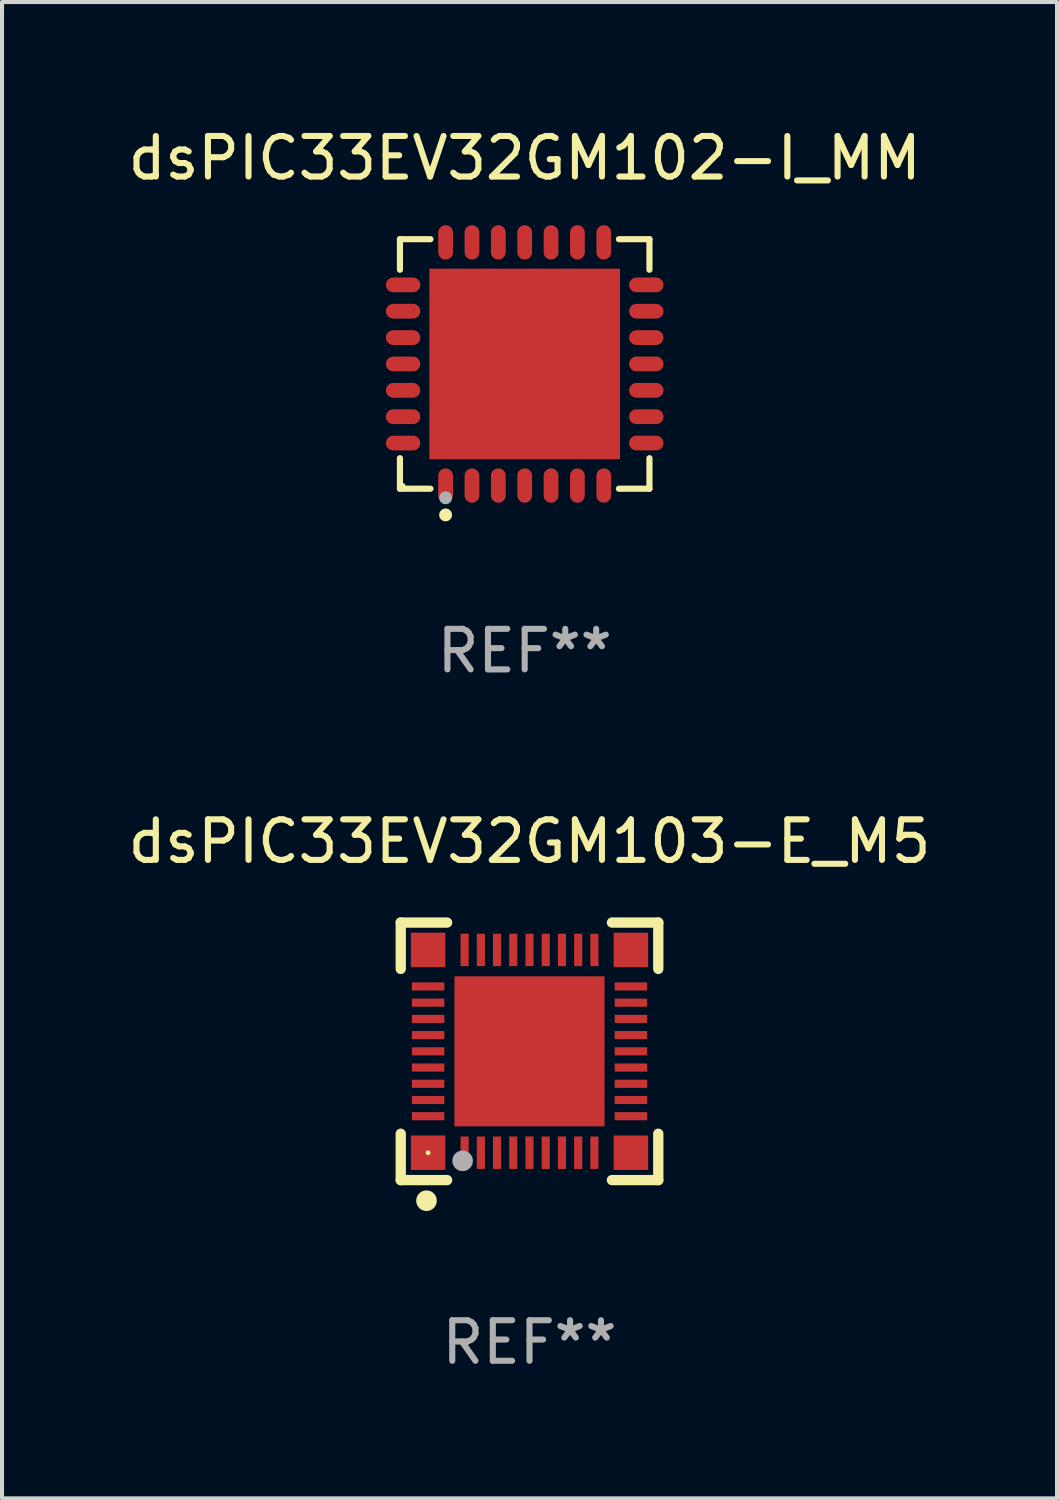
<source format=kicad_pcb>
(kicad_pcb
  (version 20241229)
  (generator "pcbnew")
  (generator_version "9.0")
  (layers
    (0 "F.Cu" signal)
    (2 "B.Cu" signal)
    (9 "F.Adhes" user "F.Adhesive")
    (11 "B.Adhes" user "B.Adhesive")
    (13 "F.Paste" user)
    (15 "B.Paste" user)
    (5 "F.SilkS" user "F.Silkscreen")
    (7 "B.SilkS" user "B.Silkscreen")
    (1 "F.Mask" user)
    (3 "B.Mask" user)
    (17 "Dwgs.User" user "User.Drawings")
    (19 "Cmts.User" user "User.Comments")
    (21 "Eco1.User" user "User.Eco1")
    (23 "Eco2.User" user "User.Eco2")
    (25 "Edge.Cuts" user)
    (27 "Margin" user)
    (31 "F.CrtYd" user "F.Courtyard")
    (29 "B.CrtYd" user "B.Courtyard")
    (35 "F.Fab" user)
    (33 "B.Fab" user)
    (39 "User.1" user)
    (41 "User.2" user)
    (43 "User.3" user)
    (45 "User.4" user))
  (footprint "dsPIC33EV32GM103-E_M5"
    (layer "F.Cu")
    (at 10.006 22.872)
    (property "Reference" "dsPIC33EV32GM103-E_M5" (at 0 -5.175 0) (layer "F.SilkS") (effects (font (size 1 1) (thickness 0.15))))
    (attr through_hole)
    (fp_line (start -3.175 -3.175) (end -2.032 -3.175) (stroke (width 0.254) (type solid)) (layer "F.SilkS"))
    (fp_line (start -3.175 -2.032) (end -3.175 -3.175) (stroke (width 0.254) (type solid)) (layer "F.SilkS"))
    (fp_line (start -3.175 3.175) (end -3.175 2.032) (stroke (width 0.254) (type solid)) (layer "F.SilkS"))
    (fp_line (start -2.032 3.175) (end -3.175 3.175) (stroke (width 0.254) (type solid)) (layer "F.SilkS"))
    (fp_line (start 2.032 -3.175) (end 3.175 -3.175) (stroke (width 0.254) (type solid)) (layer "F.SilkS"))
    (fp_line (start 3.175 -3.175) (end 3.175 -2.032) (stroke (width 0.254) (type solid)) (layer "F.SilkS"))
    (fp_line (start 3.175 2.032) (end 3.175 3.175) (stroke (width 0.254) (type solid)) (layer "F.SilkS"))
    (fp_line (start 3.175 3.175) (end 2.032 3.175) (stroke (width 0.254) (type solid)) (layer "F.SilkS"))
    (fp_circle (center -2.54 3.683) (end -2.413 3.683) (stroke (width 0.254) (type solid)) (fill no) (layer "F.SilkS"))
    (fp_circle (center -2.5 2.5) (end -2.47 2.5) (stroke (width 0.06) (type solid)) (fill no) (layer "F.SilkS"))
    (fp_circle (center -1.65 2.7) (end -1.523 2.7) (stroke (width 0.254) (type solid)) (fill no) (layer "F.Fab"))
    (fp_text user "REF**" (at 0 7.175 0) (layer "F.Fab") (effects (font (size 1 1) (thickness 0.15))))
    (pad "1" smd rect (at -1.6 2.5) (size 0.2 0.8) (layers "F.Cu" "F.Mask" "F.Paste"))
    (pad "2" smd rect (at -1.2 2.5) (size 0.2 0.8) (layers "F.Cu" "F.Mask" "F.Paste"))
    (pad "3" smd rect (at -0.8 2.5) (size 0.2 0.8) (layers "F.Cu" "F.Mask" "F.Paste"))
    (pad "4" smd rect (at -0.4 2.5) (size 0.2 0.8) (layers "F.Cu" "F.Mask" "F.Paste"))
    (pad "5" smd rect (at -0.000051 2.5) (size 0.2 0.8) (layers "F.Cu" "F.Mask" "F.Paste"))
    (pad "6" smd rect (at 0.4 2.5) (size 0.2 0.8) (layers "F.Cu" "F.Mask" "F.Paste"))
    (pad "7" smd rect (at 0.8 2.5) (size 0.2 0.8) (layers "F.Cu" "F.Mask" "F.Paste"))
    (pad "8" smd rect (at 1.2 2.5) (size 0.2 0.8) (layers "F.Cu" "F.Mask" "F.Paste"))
    (pad "9" smd rect (at 1.6 2.5) (size 0.2 0.8) (layers "F.Cu" "F.Mask" "F.Paste"))
    (pad "10" smd rect (at 2.5 1.6 90) (size 0.2 0.8) (layers "F.Cu" "F.Mask" "F.Paste"))
    (pad "11" smd rect (at 2.5 1.2 90) (size 0.2 0.8) (layers "F.Cu" "F.Mask" "F.Paste"))
    (pad "12" smd rect (at 2.5 0.8 90) (size 0.2 0.8) (layers "F.Cu" "F.Mask" "F.Paste"))
    (pad "13" smd rect (at 2.5 0.4 90) (size 0.2 0.8) (layers "F.Cu" "F.Mask" "F.Paste"))
    (pad "14" smd rect (at 2.5 -0.000051 90) (size 0.2 0.8) (layers "F.Cu" "F.Mask" "F.Paste"))
    (pad "15" smd rect (at 2.5 -0.4 90) (size 0.2 0.8) (layers "F.Cu" "F.Mask" "F.Paste"))
    (pad "16" smd rect (at 2.5 -0.8 90) (size 0.2 0.8) (layers "F.Cu" "F.Mask" "F.Paste"))
    (pad "17" smd rect (at 2.5 -1.2 90) (size 0.2 0.8) (layers "F.Cu" "F.Mask" "F.Paste"))
    (pad "18" smd rect (at 2.5 -1.6 90) (size 0.2 0.8) (layers "F.Cu" "F.Mask" "F.Paste"))
    (pad "19" smd rect (at 1.6 -2.5 180) (size 0.2 0.8) (layers "F.Cu" "F.Mask" "F.Paste"))
    (pad "20" smd rect (at 1.2 -2.5 180) (size 0.2 0.8) (layers "F.Cu" "F.Mask" "F.Paste"))
    (pad "21" smd rect (at 0.8 -2.5 180) (size 0.2 0.8) (layers "F.Cu" "F.Mask" "F.Paste"))
    (pad "22" smd rect (at 0.4 -2.5 180) (size 0.2 0.8) (layers "F.Cu" "F.Mask" "F.Paste"))
    (pad "23" smd rect (at -0.000051 -2.5 180) (size 0.2 0.8) (layers "F.Cu" "F.Mask" "F.Paste"))
    (pad "24" smd rect (at -0.4 -2.5 180) (size 0.2 0.8) (layers "F.Cu" "F.Mask" "F.Paste"))
    (pad "25" smd rect (at -0.8 -2.5 180) (size 0.2 0.8) (layers "F.Cu" "F.Mask" "F.Paste"))
    (pad "26" smd rect (at -1.2 -2.5 180) (size 0.2 0.8) (layers "F.Cu" "F.Mask" "F.Paste"))
    (pad "27" smd rect (at -1.6 -2.5 180) (size 0.2 0.8) (layers "F.Cu" "F.Mask" "F.Paste"))
    (pad "28" smd rect (at -2.5 -1.6 270) (size 0.2 0.8) (layers "F.Cu" "F.Mask" "F.Paste"))
    (pad "29" smd rect (at -2.5 -1.2 270) (size 0.2 0.8) (layers "F.Cu" "F.Mask" "F.Paste"))
    (pad "30" smd rect (at -2.5 -0.8 270) (size 0.2 0.8) (layers "F.Cu" "F.Mask" "F.Paste"))
    (pad "31" smd rect (at -2.5 -0.4 270) (size 0.2 0.8) (layers "F.Cu" "F.Mask" "F.Paste"))
    (pad "32" smd rect (at -2.5 -0.000051 270) (size 0.2 0.8) (layers "F.Cu" "F.Mask" "F.Paste"))
    (pad "33" smd rect (at -2.5 0.4 270) (size 0.2 0.8) (layers "F.Cu" "F.Mask" "F.Paste"))
    (pad "34" smd rect (at -2.5 0.8 270) (size 0.2 0.8) (layers "F.Cu" "F.Mask" "F.Paste"))
    (pad "35" smd rect (at -2.5 1.2 270) (size 0.2 0.8) (layers "F.Cu" "F.Mask" "F.Paste"))
    (pad "36" smd rect (at -2.5 1.6 270) (size 0.2 0.8) (layers "F.Cu" "F.Mask" "F.Paste"))
    (pad "37" smd rect (at -2.5 -2.5) (size 0.85 0.85) (layers "F.Cu" "F.Mask" "F.Paste"))
    (pad "37" smd rect (at -2.5 2.5) (size 0.85 0.85) (layers "F.Cu" "F.Mask" "F.Paste"))
    (pad "37" smd rect (at -0.000051 -0.000051) (size 3.7 3.7) (layers "F.Cu" "F.Mask" "F.Paste"))
    (pad "37" smd rect (at 2.5 -2.5) (size 0.85 0.85) (layers "F.Cu" "F.Mask" "F.Paste"))
    (pad "37" smd rect (at 2.5 2.5) (size 0.85 0.85) (layers "F.Cu" "F.Mask" "F.Paste")))
  (footprint "dsPIC33EV32GM102-I_MM"
    (layer "F.Cu")
    (at 9.887 5.924)
    (property "Reference" "dsPIC33EV32GM102-I_MM" (at 0 -5.076 0) (layer "F.SilkS") (effects (font (size 1 1) (thickness 0.15))))
    (attr through_hole)
    (fp_line (start -3.076 -3.076) (end -2.323 -3.076) (stroke (width 0.152) (type solid)) (layer "F.SilkS"))
    (fp_line (start -3.076 -2.323) (end -3.076 -3.076) (stroke (width 0.152) (type solid)) (layer "F.SilkS"))
    (fp_line (start -3.076 2.323) (end -3.076 3.076) (stroke (width 0.152) (type solid)) (layer "F.SilkS"))
    (fp_line (start -3.076 3.076) (end -2.323 3.076) (stroke (width 0.152) (type solid)) (layer "F.SilkS"))
    (fp_line (start 3.076 -3.076) (end 2.323 -3.076) (stroke (width 0.152) (type solid)) (layer "F.SilkS"))
    (fp_line (start 3.076 -2.323) (end 3.076 -3.076) (stroke (width 0.152) (type solid)) (layer "F.SilkS"))
    (fp_line (start 3.076 2.323) (end 3.076 3.076) (stroke (width 0.152) (type solid)) (layer "F.SilkS"))
    (fp_line (start 3.076 3.076) (end 2.323 3.076) (stroke (width 0.152) (type solid)) (layer "F.SilkS"))
    (fp_circle (center -3 3) (end -2.97 3) (stroke (width 0.06) (type solid)) (fill no) (layer "F.SilkS"))
    (fp_circle (center -1.95 3.722) (end -1.87 3.722) (stroke (width 0.16) (type solid)) (fill no) (layer "F.SilkS"))
    (fp_circle (center -1.95 3.3) (end -1.87 3.3) (stroke (width 0.16) (type solid)) (fill no) (layer "F.Fab"))
    (fp_text user "REF**" (at 0 7.076 0) (layer "F.Fab") (effects (font (size 1 1) (thickness 0.15))))
    (pad "1" smd oval (at -1.95 2.998) (size 0.364 0.847) (layers "F.Cu" "F.Mask" "F.Paste"))
    (pad "2" smd oval (at -1.3 2.998) (size 0.364 0.847) (layers "F.Cu" "F.Mask" "F.Paste"))
    (pad "3" smd oval (at -0.65 2.998) (size 0.364 0.847) (layers "F.Cu" "F.Mask" "F.Paste"))
    (pad "4" smd oval (at 0 2.998) (size 0.364 0.847) (layers "F.Cu" "F.Mask" "F.Paste"))
    (pad "5" smd oval (at 0.65 2.998) (size 0.364 0.847) (layers "F.Cu" "F.Mask" "F.Paste"))
    (pad "6" smd oval (at 1.3 2.998) (size 0.364 0.847) (layers "F.Cu" "F.Mask" "F.Paste"))
    (pad "7" smd oval (at 1.95 2.998) (size 0.364 0.847) (layers "F.Cu" "F.Mask" "F.Paste"))
    (pad "8" smd oval (at 2.998 1.95) (size 0.847 0.364) (layers "F.Cu" "F.Mask" "F.Paste"))
    (pad "9" smd oval (at 2.998 1.3) (size 0.847 0.364) (layers "F.Cu" "F.Mask" "F.Paste"))
    (pad "10" smd oval (at 2.998 0.65) (size 0.847 0.364) (layers "F.Cu" "F.Mask" "F.Paste"))
    (pad "11" smd oval (at 2.998 0) (size 0.847 0.364) (layers "F.Cu" "F.Mask" "F.Paste"))
    (pad "12" smd oval (at 2.998 -0.65) (size 0.847 0.364) (layers "F.Cu" "F.Mask" "F.Paste"))
    (pad "13" smd oval (at 2.998 -1.3) (size 0.847 0.364) (layers "F.Cu" "F.Mask" "F.Paste"))
    (pad "14" smd oval (at 2.998 -1.95) (size 0.847 0.364) (layers "F.Cu" "F.Mask" "F.Paste"))
    (pad "15" smd oval (at 1.95 -2.998) (size 0.364 0.847) (layers "F.Cu" "F.Mask" "F.Paste"))
    (pad "16" smd oval (at 1.3 -2.998) (size 0.364 0.847) (layers "F.Cu" "F.Mask" "F.Paste"))
    (pad "17" smd oval (at 0.65 -2.998) (size 0.364 0.847) (layers "F.Cu" "F.Mask" "F.Paste"))
    (pad "18" smd oval (at 0 -2.998) (size 0.364 0.847) (layers "F.Cu" "F.Mask" "F.Paste"))
    (pad "19" smd oval (at -0.65 -2.998) (size 0.364 0.847) (layers "F.Cu" "F.Mask" "F.Paste"))
    (pad "20" smd oval (at -1.3 -2.998) (size 0.364 0.847) (layers "F.Cu" "F.Mask" "F.Paste"))
    (pad "21" smd oval (at -1.95 -2.998) (size 0.364 0.847) (layers "F.Cu" "F.Mask" "F.Paste"))
    (pad "22" smd oval (at -2.998 -1.95) (size 0.847 0.364) (layers "F.Cu" "F.Mask" "F.Paste"))
    (pad "23" smd oval (at -2.998 -1.3) (size 0.847 0.364) (layers "F.Cu" "F.Mask" "F.Paste"))
    (pad "24" smd oval (at -2.998 -0.65) (size 0.847 0.364) (layers "F.Cu" "F.Mask" "F.Paste"))
    (pad "25" smd oval (at -2.998 0) (size 0.847 0.364) (layers "F.Cu" "F.Mask" "F.Paste"))
    (pad "26" smd oval (at -2.998 0.65) (size 0.847 0.364) (layers "F.Cu" "F.Mask" "F.Paste"))
    (pad "27" smd oval (at -2.998 1.3) (size 0.847 0.364) (layers "F.Cu" "F.Mask" "F.Paste"))
    (pad "28" smd oval (at -2.998 1.95) (size 0.847 0.364) (layers "F.Cu" "F.Mask" "F.Paste"))
    (pad "29" smd rect (at 0 0) (size 4.7 4.7) (layers "F.Cu" "F.Mask" "F.Paste")))
  (gr_rect
    (start -3 -3)
    (end 23.012 33.895)
    (stroke (width 0.1) (type default))
    (fill no)
    (layer "Edge.Cuts")))
</source>
